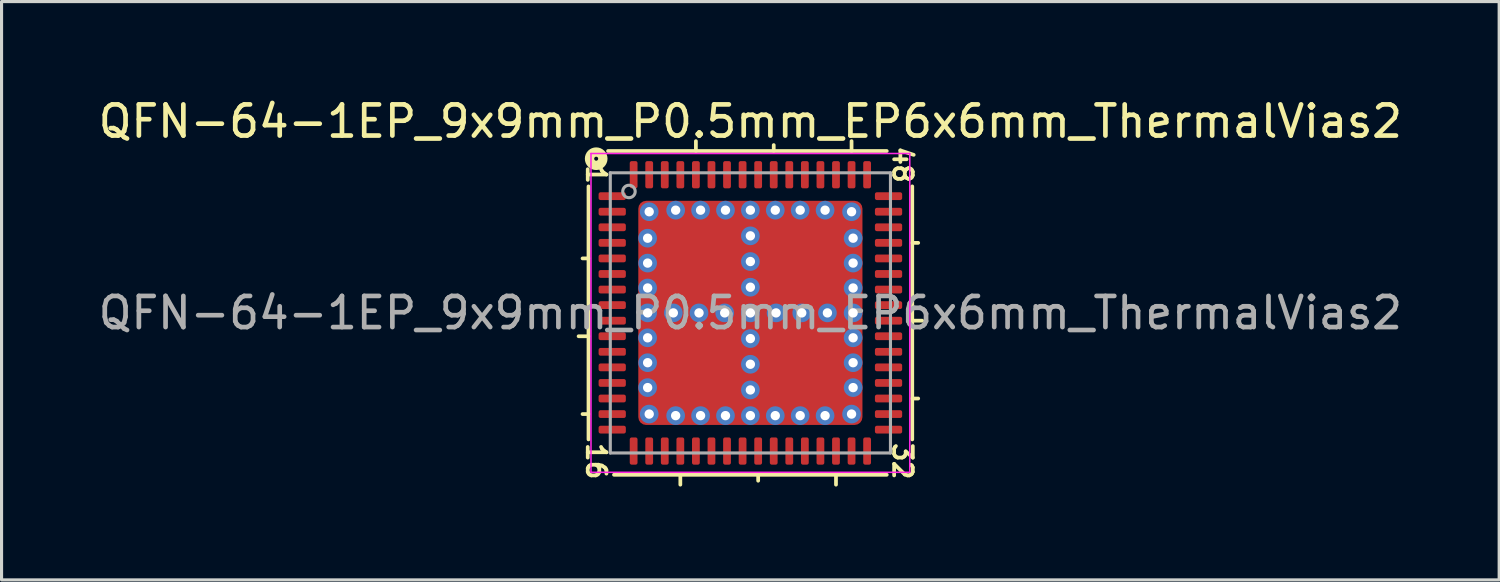
<source format=kicad_pcb>
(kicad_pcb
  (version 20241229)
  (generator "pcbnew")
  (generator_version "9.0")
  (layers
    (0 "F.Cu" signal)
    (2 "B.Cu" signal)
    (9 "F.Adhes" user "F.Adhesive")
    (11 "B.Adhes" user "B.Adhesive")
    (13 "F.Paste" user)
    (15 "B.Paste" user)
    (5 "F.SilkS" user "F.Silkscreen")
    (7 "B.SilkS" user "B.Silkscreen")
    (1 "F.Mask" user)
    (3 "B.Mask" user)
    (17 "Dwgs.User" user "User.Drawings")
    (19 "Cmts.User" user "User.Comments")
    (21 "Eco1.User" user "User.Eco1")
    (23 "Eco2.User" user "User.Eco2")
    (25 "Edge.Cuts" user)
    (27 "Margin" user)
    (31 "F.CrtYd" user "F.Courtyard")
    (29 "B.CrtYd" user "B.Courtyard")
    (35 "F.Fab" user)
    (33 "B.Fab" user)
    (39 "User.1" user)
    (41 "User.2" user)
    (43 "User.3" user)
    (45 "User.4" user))
  (footprint "QFN-64-1EP_9x9mm_P0.5mm_EP6x6mm_ThermalVias2"
    (layer "F.Cu")
    (at 21.054 7.001)
    (property "Reference" "QFN-64-1EP_9x9mm_P0.5mm_EP6x6mm_ThermalVias2" (at 0 -6.152 0) (layer "F.SilkS") (effects (font (size 1 1) (thickness 0.15))))
    (attr smd)
    (fp_line (start -5.2 -4.064) (end -5.2 4.064) (stroke (width 0.12) (type solid)) (layer "F.SilkS"))
    (fp_line (start -5.2 -1.75) (end -5.391 -1.75) (stroke (width 0.12) (type solid)) (layer "F.SilkS"))
    (fp_line (start -5.2 0.75) (end -5.518 0.75) (stroke (width 0.12) (type solid)) (layer "F.SilkS"))
    (fp_line (start -5.2 3.25) (end -5.391 3.25) (stroke (width 0.12) (type solid)) (layer "F.SilkS"))
    (fp_line (start -4.381 5.2) (end 4.381 5.2) (stroke (width 0.12) (type solid)) (layer "F.SilkS"))
    (fp_line (start -2.25 5.2) (end -2.25 5.518) (stroke (width 0.12) (type solid)) (layer "F.SilkS"))
    (fp_line (start -1.75 -5.2) (end -1.75 -5.518) (stroke (width 0.12) (type solid)) (layer "F.SilkS"))
    (fp_line (start 0.25 5.2) (end 0.25 5.391) (stroke (width 0.12) (type solid)) (layer "F.SilkS"))
    (fp_line (start 0.75 -5.2) (end 0.75 -5.391) (stroke (width 0.12) (type solid)) (layer "F.SilkS"))
    (fp_line (start 2.75 5.2) (end 2.75 5.518) (stroke (width 0.12) (type solid)) (layer "F.SilkS"))
    (fp_line (start 3.25 -5.2) (end 3.25 -5.518) (stroke (width 0.12) (type solid)) (layer "F.SilkS"))
    (fp_line (start 4.381 -5.2) (end -4.572 -5.2) (stroke (width 0.12) (type solid)) (layer "F.SilkS"))
    (fp_line (start 5.2 -2.25) (end 5.391 -2.25) (stroke (width 0.12) (type solid)) (layer "F.SilkS"))
    (fp_line (start 5.2 0.25) (end 5.518 0.25) (stroke (width 0.12) (type solid)) (layer "F.SilkS"))
    (fp_line (start 5.2 2.75) (end 5.391 2.75) (stroke (width 0.12) (type solid)) (layer "F.SilkS"))
    (fp_line (start 5.2 4.064) (end 5.2 -4.064) (stroke (width 0.12) (type solid)) (layer "F.SilkS"))
    (fp_circle (center -4.953 -4.953) (end -4.889 -4.953) (stroke (width 0.3) (type solid)) (fill no) (layer "F.SilkS"))
    (fp_line (start -5.12 -5.12) (end -5.12 5.12) (stroke (width 0.05) (type solid)) (layer "F.CrtYd"))
    (fp_line (start -5.12 5.12) (end 5.12 5.12) (stroke (width 0.05) (type solid)) (layer "F.CrtYd"))
    (fp_line (start 5.12 -5.12) (end -5.12 -5.12) (stroke (width 0.05) (type solid)) (layer "F.CrtYd"))
    (fp_line (start 5.12 5.12) (end 5.12 -5.12) (stroke (width 0.05) (type solid)) (layer "F.CrtYd"))
    (fp_line (start -4.5 -4.5) (end 4.5 -4.5) (stroke (width 0.1) (type solid)) (layer "F.Fab"))
    (fp_line (start -4.5 4.5) (end -4.5 -4.5) (stroke (width 0.1) (type solid)) (layer "F.Fab"))
    (fp_line (start 4.5 -4.5) (end 4.5 4.5) (stroke (width 0.1) (type solid)) (layer "F.Fab"))
    (fp_line (start 4.5 4.5) (end -4.5 4.5) (stroke (width 0.1) (type solid)) (layer "F.Fab"))
    (fp_circle (center -3.9 -3.9) (end -3.7 -3.9) (stroke (width 0.1) (type solid)) (fill no) (layer "F.Fab"))
    (fp_text user "1" (at -4.953 -4.445 270) (unlocked yes) (layer "F.SilkS") (effects (font (size 0.6 0.6) (thickness 0.12))))
    (fp_text user "32" (at 4.889 4.763 270) (unlocked yes) (layer "F.SilkS") (effects (font (size 0.6 0.6) (thickness 0.12))))
    (fp_text user "48" (at 4.889 -4.763 270) (unlocked yes) (layer "F.SilkS") (effects (font (size 0.6 0.6) (thickness 0.12))))
    (fp_text user "16" (at -4.953 4.763 270) (unlocked yes) (layer "F.SilkS") (effects (font (size 0.6 0.6) (thickness 0.12))))
    (fp_text user "${REFERENCE}" (at 0 0 0) (layer "F.Fab") (effects (font (size 1 1) (thickness 0.15))))
    (pad "" smd roundrect (at -2.3 -2.3) (size 1 1) (layers "F.Paste") (roundrect_rratio 0.25))
    (pad "" smd roundrect (at -2.3 -1) (size 1 1) (layers "F.Paste") (roundrect_rratio 0.25))
    (pad "" smd roundrect (at -2.3 1) (size 1 1) (layers "F.Paste") (roundrect_rratio 0.25))
    (pad "" smd roundrect (at -2.3 2.3) (size 1 1) (layers "F.Paste") (roundrect_rratio 0.25))
    (pad "" smd roundrect (at -1.65 -1.65 270) (size 2.7 2.7) (layers "F.Mask") (roundrect_rratio 0.093))
    (pad "" smd roundrect (at -1.65 1.65 270) (size 2.7 2.7) (layers "F.Mask") (roundrect_rratio 0.093))
    (pad "" smd roundrect (at -1 -2.3) (size 1 1) (layers "F.Paste") (roundrect_rratio 0.25))
    (pad "" smd roundrect (at -1 -1) (size 1 1) (layers "F.Paste") (roundrect_rratio 0.25))
    (pad "" smd roundrect (at -1 1) (size 1 1) (layers "F.Paste") (roundrect_rratio 0.25))
    (pad "" smd roundrect (at -1 2.3) (size 1 1) (layers "F.Paste") (roundrect_rratio 0.25))
    (pad "" smd roundrect (at 1 -2.3) (size 1 1) (layers "F.Paste") (roundrect_rratio 0.25))
    (pad "" smd roundrect (at 1 -1) (size 1 1) (layers "F.Paste") (roundrect_rratio 0.25))
    (pad "" smd roundrect (at 1 1) (size 1 1) (layers "F.Paste") (roundrect_rratio 0.25))
    (pad "" smd roundrect (at 1 2.3) (size 1 1) (layers "F.Paste") (roundrect_rratio 0.25))
    (pad "" smd roundrect (at 1.65 -1.65 270) (size 2.7 2.7) (layers "F.Mask") (roundrect_rratio 0.093))
    (pad "" smd roundrect (at 1.65 1.65 270) (size 2.7 2.7) (layers "F.Mask") (roundrect_rratio 0.093))
    (pad "" smd roundrect (at 2.3 -2.3) (size 1 1) (layers "F.Paste") (roundrect_rratio 0.25))
    (pad "" smd roundrect (at 2.3 -1) (size 1 1) (layers "F.Paste") (roundrect_rratio 0.25))
    (pad "" smd roundrect (at 2.3 1) (size 1 1) (layers "F.Paste") (roundrect_rratio 0.25))
    (pad "" smd roundrect (at 2.3 2.3) (size 1 1) (layers "F.Paste") (roundrect_rratio 0.25))
    (pad "1" smd roundrect (at -4.438 -3.75) (size 0.875 0.25) (layers "F.Cu" "F.Mask" "F.Paste") (roundrect_rratio 0.25))
    (pad "2" smd roundrect (at -4.438 -3.25) (size 0.875 0.25) (layers "F.Cu" "F.Mask" "F.Paste") (roundrect_rratio 0.25))
    (pad "3" smd roundrect (at -4.438 -2.75) (size 0.875 0.25) (layers "F.Cu" "F.Mask" "F.Paste") (roundrect_rratio 0.25))
    (pad "4" smd roundrect (at -4.438 -2.25) (size 0.875 0.25) (layers "F.Cu" "F.Mask" "F.Paste") (roundrect_rratio 0.25))
    (pad "5" smd roundrect (at -4.438 -1.75) (size 0.875 0.25) (layers "F.Cu" "F.Mask" "F.Paste") (roundrect_rratio 0.25))
    (pad "6" smd roundrect (at -4.438 -1.25) (size 0.875 0.25) (layers "F.Cu" "F.Mask" "F.Paste") (roundrect_rratio 0.25))
    (pad "7" smd roundrect (at -4.438 -0.75) (size 0.875 0.25) (layers "F.Cu" "F.Mask" "F.Paste") (roundrect_rratio 0.25))
    (pad "8" smd roundrect (at -4.438 -0.25) (size 0.875 0.25) (layers "F.Cu" "F.Mask" "F.Paste") (roundrect_rratio 0.25))
    (pad "9" smd roundrect (at -4.438 0.25) (size 0.875 0.25) (layers "F.Cu" "F.Mask" "F.Paste") (roundrect_rratio 0.25))
    (pad "10" smd roundrect (at -4.438 0.75) (size 0.875 0.25) (layers "F.Cu" "F.Mask" "F.Paste") (roundrect_rratio 0.25))
    (pad "11" smd roundrect (at -4.438 1.25) (size 0.875 0.25) (layers "F.Cu" "F.Mask" "F.Paste") (roundrect_rratio 0.25))
    (pad "12" smd roundrect (at -4.438 1.75) (size 0.875 0.25) (layers "F.Cu" "F.Mask" "F.Paste") (roundrect_rratio 0.25))
    (pad "13" smd roundrect (at -4.438 2.25) (size 0.875 0.25) (layers "F.Cu" "F.Mask" "F.Paste") (roundrect_rratio 0.25))
    (pad "14" smd roundrect (at -4.438 2.75) (size 0.875 0.25) (layers "F.Cu" "F.Mask" "F.Paste") (roundrect_rratio 0.25))
    (pad "15" smd roundrect (at -4.438 3.25) (size 0.875 0.25) (layers "F.Cu" "F.Mask" "F.Paste") (roundrect_rratio 0.25))
    (pad "16" smd roundrect (at -4.438 3.75) (size 0.875 0.25) (layers "F.Cu" "F.Mask" "F.Paste") (roundrect_rratio 0.25))
    (pad "17" smd roundrect (at -3.75 4.438) (size 0.25 0.875) (layers "F.Cu" "F.Mask" "F.Paste") (roundrect_rratio 0.25))
    (pad "18" smd roundrect (at -3.25 4.438) (size 0.25 0.875) (layers "F.Cu" "F.Mask" "F.Paste") (roundrect_rratio 0.25))
    (pad "19" smd roundrect (at -2.75 4.438) (size 0.25 0.875) (layers "F.Cu" "F.Mask" "F.Paste") (roundrect_rratio 0.25))
    (pad "20" smd roundrect (at -2.25 4.438) (size 0.25 0.875) (layers "F.Cu" "F.Mask" "F.Paste") (roundrect_rratio 0.25))
    (pad "21" smd roundrect (at -1.75 4.438) (size 0.25 0.875) (layers "F.Cu" "F.Mask" "F.Paste") (roundrect_rratio 0.25))
    (pad "22" smd roundrect (at -1.25 4.438) (size 0.25 0.875) (layers "F.Cu" "F.Mask" "F.Paste") (roundrect_rratio 0.25))
    (pad "23" smd roundrect (at -0.75 4.438) (size 0.25 0.875) (layers "F.Cu" "F.Mask" "F.Paste") (roundrect_rratio 0.25))
    (pad "24" smd roundrect (at -0.25 4.438) (size 0.25 0.875) (layers "F.Cu" "F.Mask" "F.Paste") (roundrect_rratio 0.25))
    (pad "25" smd roundrect (at 0.25 4.438) (size 0.25 0.875) (layers "F.Cu" "F.Mask" "F.Paste") (roundrect_rratio 0.25))
    (pad "26" smd roundrect (at 0.75 4.438) (size 0.25 0.875) (layers "F.Cu" "F.Mask" "F.Paste") (roundrect_rratio 0.25))
    (pad "27" smd roundrect (at 1.25 4.438) (size 0.25 0.875) (layers "F.Cu" "F.Mask" "F.Paste") (roundrect_rratio 0.25))
    (pad "28" smd roundrect (at 1.75 4.438) (size 0.25 0.875) (layers "F.Cu" "F.Mask" "F.Paste") (roundrect_rratio 0.25))
    (pad "29" smd roundrect (at 2.25 4.438) (size 0.25 0.875) (layers "F.Cu" "F.Mask" "F.Paste") (roundrect_rratio 0.25))
    (pad "30" smd roundrect (at 2.75 4.438) (size 0.25 0.875) (layers "F.Cu" "F.Mask" "F.Paste") (roundrect_rratio 0.25))
    (pad "31" smd roundrect (at 3.25 4.438) (size 0.25 0.875) (layers "F.Cu" "F.Mask" "F.Paste") (roundrect_rratio 0.25))
    (pad "32" smd roundrect (at 3.75 4.438) (size 0.25 0.875) (layers "F.Cu" "F.Mask" "F.Paste") (roundrect_rratio 0.25))
    (pad "33" smd roundrect (at 4.438 3.75) (size 0.875 0.25) (layers "F.Cu" "F.Mask" "F.Paste") (roundrect_rratio 0.25))
    (pad "34" smd roundrect (at 4.438 3.25) (size 0.875 0.25) (layers "F.Cu" "F.Mask" "F.Paste") (roundrect_rratio 0.25))
    (pad "35" smd roundrect (at 4.438 2.75) (size 0.875 0.25) (layers "F.Cu" "F.Mask" "F.Paste") (roundrect_rratio 0.25))
    (pad "36" smd roundrect (at 4.438 2.25) (size 0.875 0.25) (layers "F.Cu" "F.Mask" "F.Paste") (roundrect_rratio 0.25))
    (pad "37" smd roundrect (at 4.438 1.75) (size 0.875 0.25) (layers "F.Cu" "F.Mask" "F.Paste") (roundrect_rratio 0.25))
    (pad "38" smd roundrect (at 4.438 1.25) (size 0.875 0.25) (layers "F.Cu" "F.Mask" "F.Paste") (roundrect_rratio 0.25))
    (pad "39" smd roundrect (at 4.438 0.75) (size 0.875 0.25) (layers "F.Cu" "F.Mask" "F.Paste") (roundrect_rratio 0.25))
    (pad "40" smd roundrect (at 4.438 0.25) (size 0.875 0.25) (layers "F.Cu" "F.Mask" "F.Paste") (roundrect_rratio 0.25))
    (pad "41" smd roundrect (at 4.438 -0.25) (size 0.875 0.25) (layers "F.Cu" "F.Mask" "F.Paste") (roundrect_rratio 0.25))
    (pad "42" smd roundrect (at 4.438 -0.75) (size 0.875 0.25) (layers "F.Cu" "F.Mask" "F.Paste") (roundrect_rratio 0.25))
    (pad "43" smd roundrect (at 4.438 -1.25) (size 0.875 0.25) (layers "F.Cu" "F.Mask" "F.Paste") (roundrect_rratio 0.25))
    (pad "44" smd roundrect (at 4.438 -1.75) (size 0.875 0.25) (layers "F.Cu" "F.Mask" "F.Paste") (roundrect_rratio 0.25))
    (pad "45" smd roundrect (at 4.438 -2.25) (size 0.875 0.25) (layers "F.Cu" "F.Mask" "F.Paste") (roundrect_rratio 0.25))
    (pad "46" smd roundrect (at 4.438 -2.75) (size 0.875 0.25) (layers "F.Cu" "F.Mask" "F.Paste") (roundrect_rratio 0.25))
    (pad "47" smd roundrect (at 4.438 -3.25) (size 0.875 0.25) (layers "F.Cu" "F.Mask" "F.Paste") (roundrect_rratio 0.25))
    (pad "48" smd roundrect (at 4.438 -3.75) (size 0.875 0.25) (layers "F.Cu" "F.Mask" "F.Paste") (roundrect_rratio 0.25))
    (pad "49" smd roundrect (at 3.75 -4.438) (size 0.25 0.875) (layers "F.Cu" "F.Mask" "F.Paste") (roundrect_rratio 0.25))
    (pad "50" smd roundrect (at 3.25 -4.438) (size 0.25 0.875) (layers "F.Cu" "F.Mask" "F.Paste") (roundrect_rratio 0.25))
    (pad "51" smd roundrect (at 2.75 -4.438) (size 0.25 0.875) (layers "F.Cu" "F.Mask" "F.Paste") (roundrect_rratio 0.25))
    (pad "52" smd roundrect (at 2.25 -4.438) (size 0.25 0.875) (layers "F.Cu" "F.Mask" "F.Paste") (roundrect_rratio 0.25))
    (pad "53" smd roundrect (at 1.75 -4.438) (size 0.25 0.875) (layers "F.Cu" "F.Mask" "F.Paste") (roundrect_rratio 0.25))
    (pad "54" smd roundrect (at 1.25 -4.438) (size 0.25 0.875) (layers "F.Cu" "F.Mask" "F.Paste") (roundrect_rratio 0.25))
    (pad "55" smd roundrect (at 0.75 -4.438) (size 0.25 0.875) (layers "F.Cu" "F.Mask" "F.Paste") (roundrect_rratio 0.25))
    (pad "56" smd roundrect (at 0.25 -4.438) (size 0.25 0.875) (layers "F.Cu" "F.Mask" "F.Paste") (roundrect_rratio 0.25))
    (pad "57" smd roundrect (at -0.25 -4.438) (size 0.25 0.875) (layers "F.Cu" "F.Mask" "F.Paste") (roundrect_rratio 0.25))
    (pad "58" smd roundrect (at -0.75 -4.438) (size 0.25 0.875) (layers "F.Cu" "F.Mask" "F.Paste") (roundrect_rratio 0.25))
    (pad "59" smd roundrect (at -1.25 -4.438) (size 0.25 0.875) (layers "F.Cu" "F.Mask" "F.Paste") (roundrect_rratio 0.25))
    (pad "60" smd roundrect (at -1.75 -4.438) (size 0.25 0.875) (layers "F.Cu" "F.Mask" "F.Paste") (roundrect_rratio 0.25))
    (pad "61" smd roundrect (at -2.25 -4.438) (size 0.25 0.875) (layers "F.Cu" "F.Mask" "F.Paste") (roundrect_rratio 0.25))
    (pad "62" smd roundrect (at -2.75 -4.438) (size 0.25 0.875) (layers "F.Cu" "F.Mask" "F.Paste") (roundrect_rratio 0.25))
    (pad "63" smd roundrect (at -3.25 -4.438) (size 0.25 0.875) (layers "F.Cu" "F.Mask" "F.Paste") (roundrect_rratio 0.25))
    (pad "64" smd roundrect (at -3.75 -4.438) (size 0.25 0.875) (layers "F.Cu" "F.Mask" "F.Paste") (roundrect_rratio 0.25))
    (pad "65" thru_hole circle (at -3.3 -2.4 180) (size 0.6 0.6) (drill 0.3) (property pad_prop_heatsink) (layers "*.Cu" "*.Mask"))
    (pad "65" thru_hole circle (at -3.3 -1.6 180) (size 0.6 0.6) (drill 0.3) (property pad_prop_heatsink) (layers "*.Cu" "*.Mask"))
    (pad "65" thru_hole circle (at -3.3 -0.8 180) (size 0.6 0.6) (drill 0.3) (property pad_prop_heatsink) (layers "*.Cu" "*.Mask"))
    (pad "65" thru_hole circle (at -3.3 0 180) (size 0.6 0.6) (drill 0.3) (property pad_prop_heatsink) (layers "*.Cu" "*.Mask"))
    (pad "65" thru_hole circle (at -3.3 0.8 180) (size 0.6 0.6) (drill 0.3) (property pad_prop_heatsink) (layers "*.Cu" "*.Mask"))
    (pad "65" thru_hole circle (at -3.3 1.6 180) (size 0.6 0.6) (drill 0.3) (property pad_prop_heatsink) (layers "*.Cu" "*.Mask"))
    (pad "65" thru_hole circle (at -3.3 2.4 180) (size 0.6 0.6) (drill 0.3) (property pad_prop_heatsink) (layers "*.Cu" "*.Mask"))
    (pad "65" thru_hole circle (at -3.25 -3.25 180) (size 0.6 0.6) (drill 0.3) (property pad_prop_heatsink) (layers "*.Cu" "*.Mask"))
    (pad "65" thru_hole circle (at -3.25 3.25 180) (size 0.6 0.6) (drill 0.3) (property pad_prop_heatsink) (layers "*.Cu" "*.Mask"))
    (pad "65" thru_hole circle (at -2.475 0 180) (size 0.6 0.6) (drill 0.3) (property pad_prop_heatsink) (layers "*.Cu" "*.Mask"))
    (pad "65" thru_hole circle (at -2.4 -3.3 180) (size 0.6 0.6) (drill 0.3) (property pad_prop_heatsink) (layers "*.Cu" "*.Mask"))
    (pad "65" thru_hole circle (at -2.4 3.3 180) (size 0.6 0.6) (drill 0.3) (property pad_prop_heatsink) (layers "*.Cu" "*.Mask"))
    (pad "65" thru_hole circle (at -1.65 0 180) (size 0.6 0.6) (drill 0.3) (property pad_prop_heatsink) (layers "*.Cu" "*.Mask"))
    (pad "65" thru_hole circle (at -1.6 -3.3 180) (size 0.6 0.6) (drill 0.3) (property pad_prop_heatsink) (layers "*.Cu" "*.Mask"))
    (pad "65" thru_hole circle (at -1.6 3.3 180) (size 0.6 0.6) (drill 0.3) (property pad_prop_heatsink) (layers "*.Cu" "*.Mask"))
    (pad "65" thru_hole circle (at -0.825 0 180) (size 0.6 0.6) (drill 0.3) (property pad_prop_heatsink) (layers "*.Cu" "*.Mask"))
    (pad "65" thru_hole circle (at -0.8 -3.3 180) (size 0.6 0.6) (drill 0.3) (property pad_prop_heatsink) (layers "*.Cu" "*.Mask"))
    (pad "65" thru_hole circle (at -0.8 3.3 180) (size 0.6 0.6) (drill 0.3) (property pad_prop_heatsink) (layers "*.Cu" "*.Mask"))
    (pad "65" thru_hole circle (at 0 -3.3 180) (size 0.6 0.6) (drill 0.3) (property pad_prop_heatsink) (layers "*.Cu" "*.Mask"))
    (pad "65" thru_hole circle (at 0 -2.475 180) (size 0.6 0.6) (drill 0.3) (property pad_prop_heatsink) (layers "*.Cu" "*.Mask"))
    (pad "65" thru_hole circle (at 0 -1.65 180) (size 0.6 0.6) (drill 0.3) (property pad_prop_heatsink) (layers "*.Cu" "*.Mask"))
    (pad "65" thru_hole circle (at 0 -0.825 180) (size 0.6 0.6) (drill 0.3) (property pad_prop_heatsink) (layers "*.Cu" "*.Mask"))
    (pad "65" thru_hole circle (at 0 0 180) (size 0.6 0.6) (drill 0.3) (property pad_prop_heatsink) (layers "*.Cu" "*.Mask"))
    (pad "65" smd roundrect (at 0 0) (size 7.2 7.2) (layers "F.Cu") (roundrect_rratio 0.035))
    (pad "65" thru_hole circle (at 0 0.825 180) (size 0.6 0.6) (drill 0.3) (property pad_prop_heatsink) (layers "*.Cu" "*.Mask"))
    (pad "65" thru_hole circle (at 0 1.65 180) (size 0.6 0.6) (drill 0.3) (property pad_prop_heatsink) (layers "*.Cu" "*.Mask"))
    (pad "65" thru_hole circle (at 0 2.475 180) (size 0.6 0.6) (drill 0.3) (property pad_prop_heatsink) (layers "*.Cu" "*.Mask"))
    (pad "65" thru_hole circle (at 0 3.3 180) (size 0.6 0.6) (drill 0.3) (property pad_prop_heatsink) (layers "*.Cu" "*.Mask"))
    (pad "65" thru_hole circle (at 0.8 -3.3 180) (size 0.6 0.6) (drill 0.3) (property pad_prop_heatsink) (layers "*.Cu" "*.Mask"))
    (pad "65" thru_hole circle (at 0.8 3.3 180) (size 0.6 0.6) (drill 0.3) (property pad_prop_heatsink) (layers "*.Cu" "*.Mask"))
    (pad "65" thru_hole circle (at 0.825 0 180) (size 0.6 0.6) (drill 0.3) (property pad_prop_heatsink) (layers "*.Cu" "*.Mask"))
    (pad "65" thru_hole circle (at 1.6 -3.3 180) (size 0.6 0.6) (drill 0.3) (property pad_prop_heatsink) (layers "*.Cu" "*.Mask"))
    (pad "65" thru_hole circle (at 1.6 3.3 180) (size 0.6 0.6) (drill 0.3) (property pad_prop_heatsink) (layers "*.Cu" "*.Mask"))
    (pad "65" thru_hole circle (at 1.65 0 180) (size 0.6 0.6) (drill 0.3) (property pad_prop_heatsink) (layers "*.Cu" "*.Mask"))
    (pad "65" thru_hole circle (at 2.4 -3.3 180) (size 0.6 0.6) (drill 0.3) (property pad_prop_heatsink) (layers "*.Cu" "*.Mask"))
    (pad "65" thru_hole circle (at 2.4 3.3 180) (size 0.6 0.6) (drill 0.3) (property pad_prop_heatsink) (layers "*.Cu" "*.Mask"))
    (pad "65" thru_hole circle (at 2.475 0 180) (size 0.6 0.6) (drill 0.3) (property pad_prop_heatsink) (layers "*.Cu" "*.Mask"))
    (pad "65" thru_hole circle (at 3.25 -3.25 180) (size 0.6 0.6) (drill 0.3) (property pad_prop_heatsink) (layers "*.Cu" "*.Mask"))
    (pad "65" thru_hole circle (at 3.25 3.25 180) (size 0.6 0.6) (drill 0.3) (property pad_prop_heatsink) (layers "*.Cu" "*.Mask"))
    (pad "65" thru_hole circle (at 3.3 -2.4 180) (size 0.6 0.6) (drill 0.3) (property pad_prop_heatsink) (layers "*.Cu" "*.Mask"))
    (pad "65" thru_hole circle (at 3.3 -1.6 180) (size 0.6 0.6) (drill 0.3) (property pad_prop_heatsink) (layers "*.Cu" "*.Mask"))
    (pad "65" thru_hole circle (at 3.3 -0.8 180) (size 0.6 0.6) (drill 0.3) (property pad_prop_heatsink) (layers "*.Cu" "*.Mask"))
    (pad "65" thru_hole circle (at 3.3 0 180) (size 0.6 0.6) (drill 0.3) (property pad_prop_heatsink) (layers "*.Cu" "*.Mask"))
    (pad "65" thru_hole circle (at 3.3 0.8 180) (size 0.6 0.6) (drill 0.3) (property pad_prop_heatsink) (layers "*.Cu" "*.Mask"))
    (pad "65" thru_hole circle (at 3.3 1.6 180) (size 0.6 0.6) (drill 0.3) (property pad_prop_heatsink) (layers "*.Cu" "*.Mask"))
    (pad "65" thru_hole circle (at 3.3 2.4 180) (size 0.6 0.6) (drill 0.3) (property pad_prop_heatsink) (layers "*.Cu" "*.Mask")))
  (gr_rect
    (start -3 -3)
    (end 45.107 15.578)
    (stroke (width 0.1) (type default))
    (fill no)
    (layer "Edge.Cuts")))
</source>
